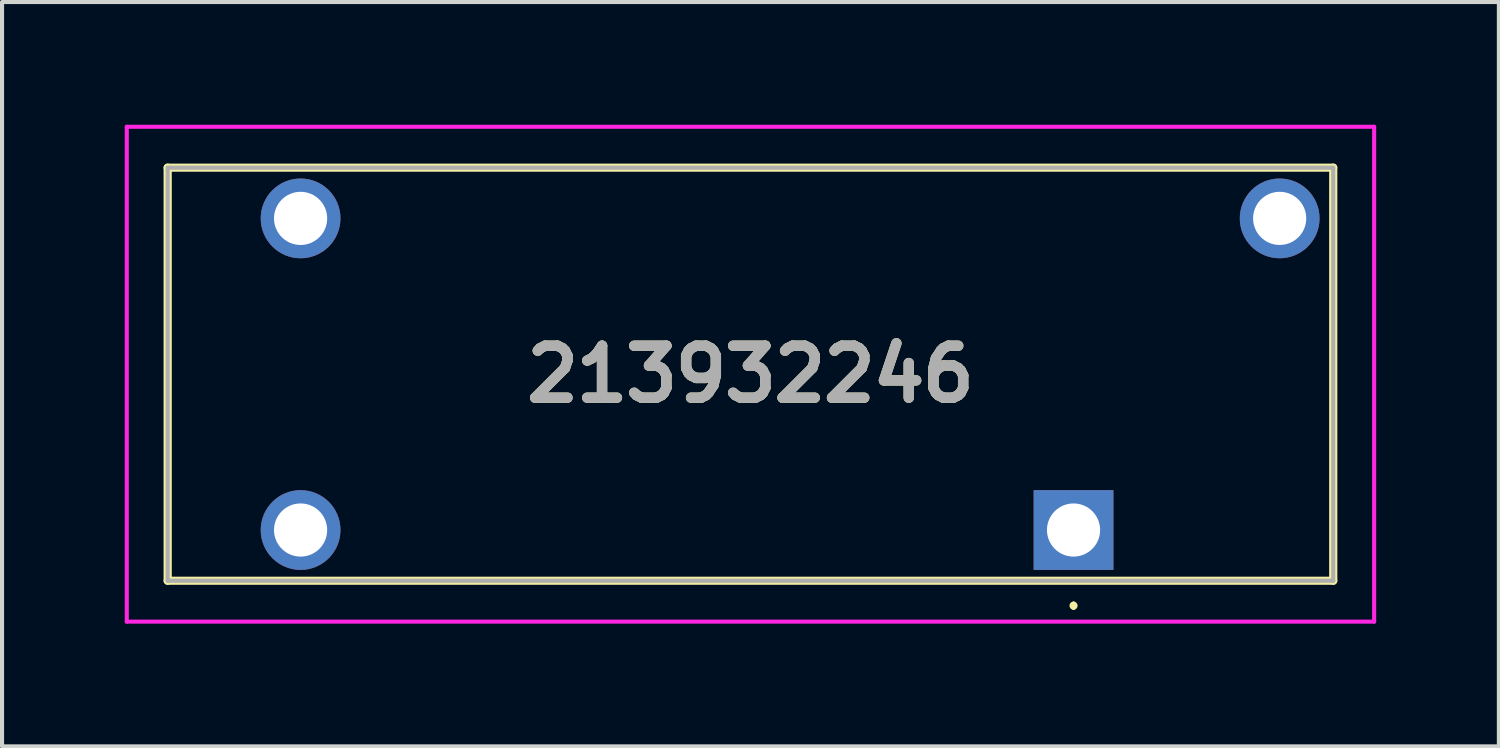
<source format=kicad_pcb>
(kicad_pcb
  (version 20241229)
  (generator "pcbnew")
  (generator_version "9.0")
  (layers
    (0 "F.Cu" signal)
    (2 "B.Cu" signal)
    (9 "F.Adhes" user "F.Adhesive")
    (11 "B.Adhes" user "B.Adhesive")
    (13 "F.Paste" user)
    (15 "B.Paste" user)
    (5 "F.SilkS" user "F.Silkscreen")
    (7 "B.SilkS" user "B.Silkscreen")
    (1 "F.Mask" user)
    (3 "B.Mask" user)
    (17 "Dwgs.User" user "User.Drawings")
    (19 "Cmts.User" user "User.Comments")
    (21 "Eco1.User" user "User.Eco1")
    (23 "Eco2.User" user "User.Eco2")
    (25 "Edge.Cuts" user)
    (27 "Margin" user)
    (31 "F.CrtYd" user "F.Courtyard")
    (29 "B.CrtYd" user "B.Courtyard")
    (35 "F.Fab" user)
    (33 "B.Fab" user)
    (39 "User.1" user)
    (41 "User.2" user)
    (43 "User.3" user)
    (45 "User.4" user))
  (footprint "213932246"
    (layer "F.Cu")
    (at 23.2 9.91)
    (property "Reference" "213932246" (at -7.9 -3.81 0) (layer "F.SilkS") (effects (font (size 1.27 1.27) (thickness 0.254))))
    (attr through_hole)
    (fp_line (start -22.15 -8.86) (end 6.35 -8.86) (stroke (width 0.2) (type solid)) (layer "F.SilkS"))
    (fp_line (start -22.15 1.24) (end -22.15 -8.86) (stroke (width 0.2) (type solid)) (layer "F.SilkS"))
    (fp_line (start 0 1.8) (end 0 1.8) (stroke (width 0.1) (type solid)) (layer "F.SilkS"))
    (fp_line (start 0 1.9) (end 0 1.9) (stroke (width 0.1) (type solid)) (layer "F.SilkS"))
    (fp_line (start 6.35 -8.86) (end 6.35 1.24) (stroke (width 0.2) (type solid)) (layer "F.SilkS"))
    (fp_line (start 6.35 1.24) (end -22.15 1.24) (stroke (width 0.2) (type solid)) (layer "F.SilkS"))
    (fp_arc (start 0 1.8) (mid 0.05 1.85) (end 0 1.9) (stroke (width 0.1) (type solid)) (layer "F.SilkS"))
    (fp_arc (start 0 1.9) (mid -0.05 1.85) (end 0 1.8) (stroke (width 0.1) (type solid)) (layer "F.SilkS"))
    (fp_line (start -23.15 -9.86) (end -23.15 2.24) (stroke (width 0.1) (type solid)) (layer "F.CrtYd"))
    (fp_line (start -23.15 2.24) (end 7.35 2.24) (stroke (width 0.1) (type solid)) (layer "F.CrtYd"))
    (fp_line (start 7.35 -9.86) (end -23.15 -9.86) (stroke (width 0.1) (type solid)) (layer "F.CrtYd"))
    (fp_line (start 7.35 2.24) (end 7.35 -9.86) (stroke (width 0.1) (type solid)) (layer "F.CrtYd"))
    (fp_line (start -22.15 -8.86) (end 6.35 -8.86) (stroke (width 0.1) (type solid)) (layer "F.Fab"))
    (fp_line (start -22.15 1.24) (end -22.15 -8.86) (stroke (width 0.1) (type solid)) (layer "F.Fab"))
    (fp_line (start 6.35 -8.86) (end 6.35 1.24) (stroke (width 0.1) (type solid)) (layer "F.Fab"))
    (fp_line (start 6.35 1.24) (end -22.15 1.24) (stroke (width 0.1) (type solid)) (layer "F.Fab"))
    (fp_text user "${REFERENCE}" (at -7.9 -3.81 0) (layer "F.Fab") (effects (font (size 1.27 1.27) (thickness 0.254))))
    (pad "11" thru_hole rect (at 0 0) (size 1.95 1.95) (drill 1.3) (layers "*.Cu" "*.Mask"))
    (pad "12" thru_hole circle (at 5.04 -7.62) (size 1.95 1.95) (drill 1.3) (layers "*.Cu" "*.Mask"))
    (pad "A1" thru_hole circle (at -18.9 0) (size 1.95 1.95) (drill 1.3) (layers "*.Cu" "*.Mask"))
    (pad "A2" thru_hole circle (at -18.9 -7.62) (size 1.95 1.95) (drill 1.3) (layers "*.Cu" "*.Mask")))
  (gr_rect
    (start -3 -3)
    (end 33.6 15.2)
    (stroke (width 0.1) (type default))
    (fill no)
    (layer "Edge.Cuts")))
</source>
